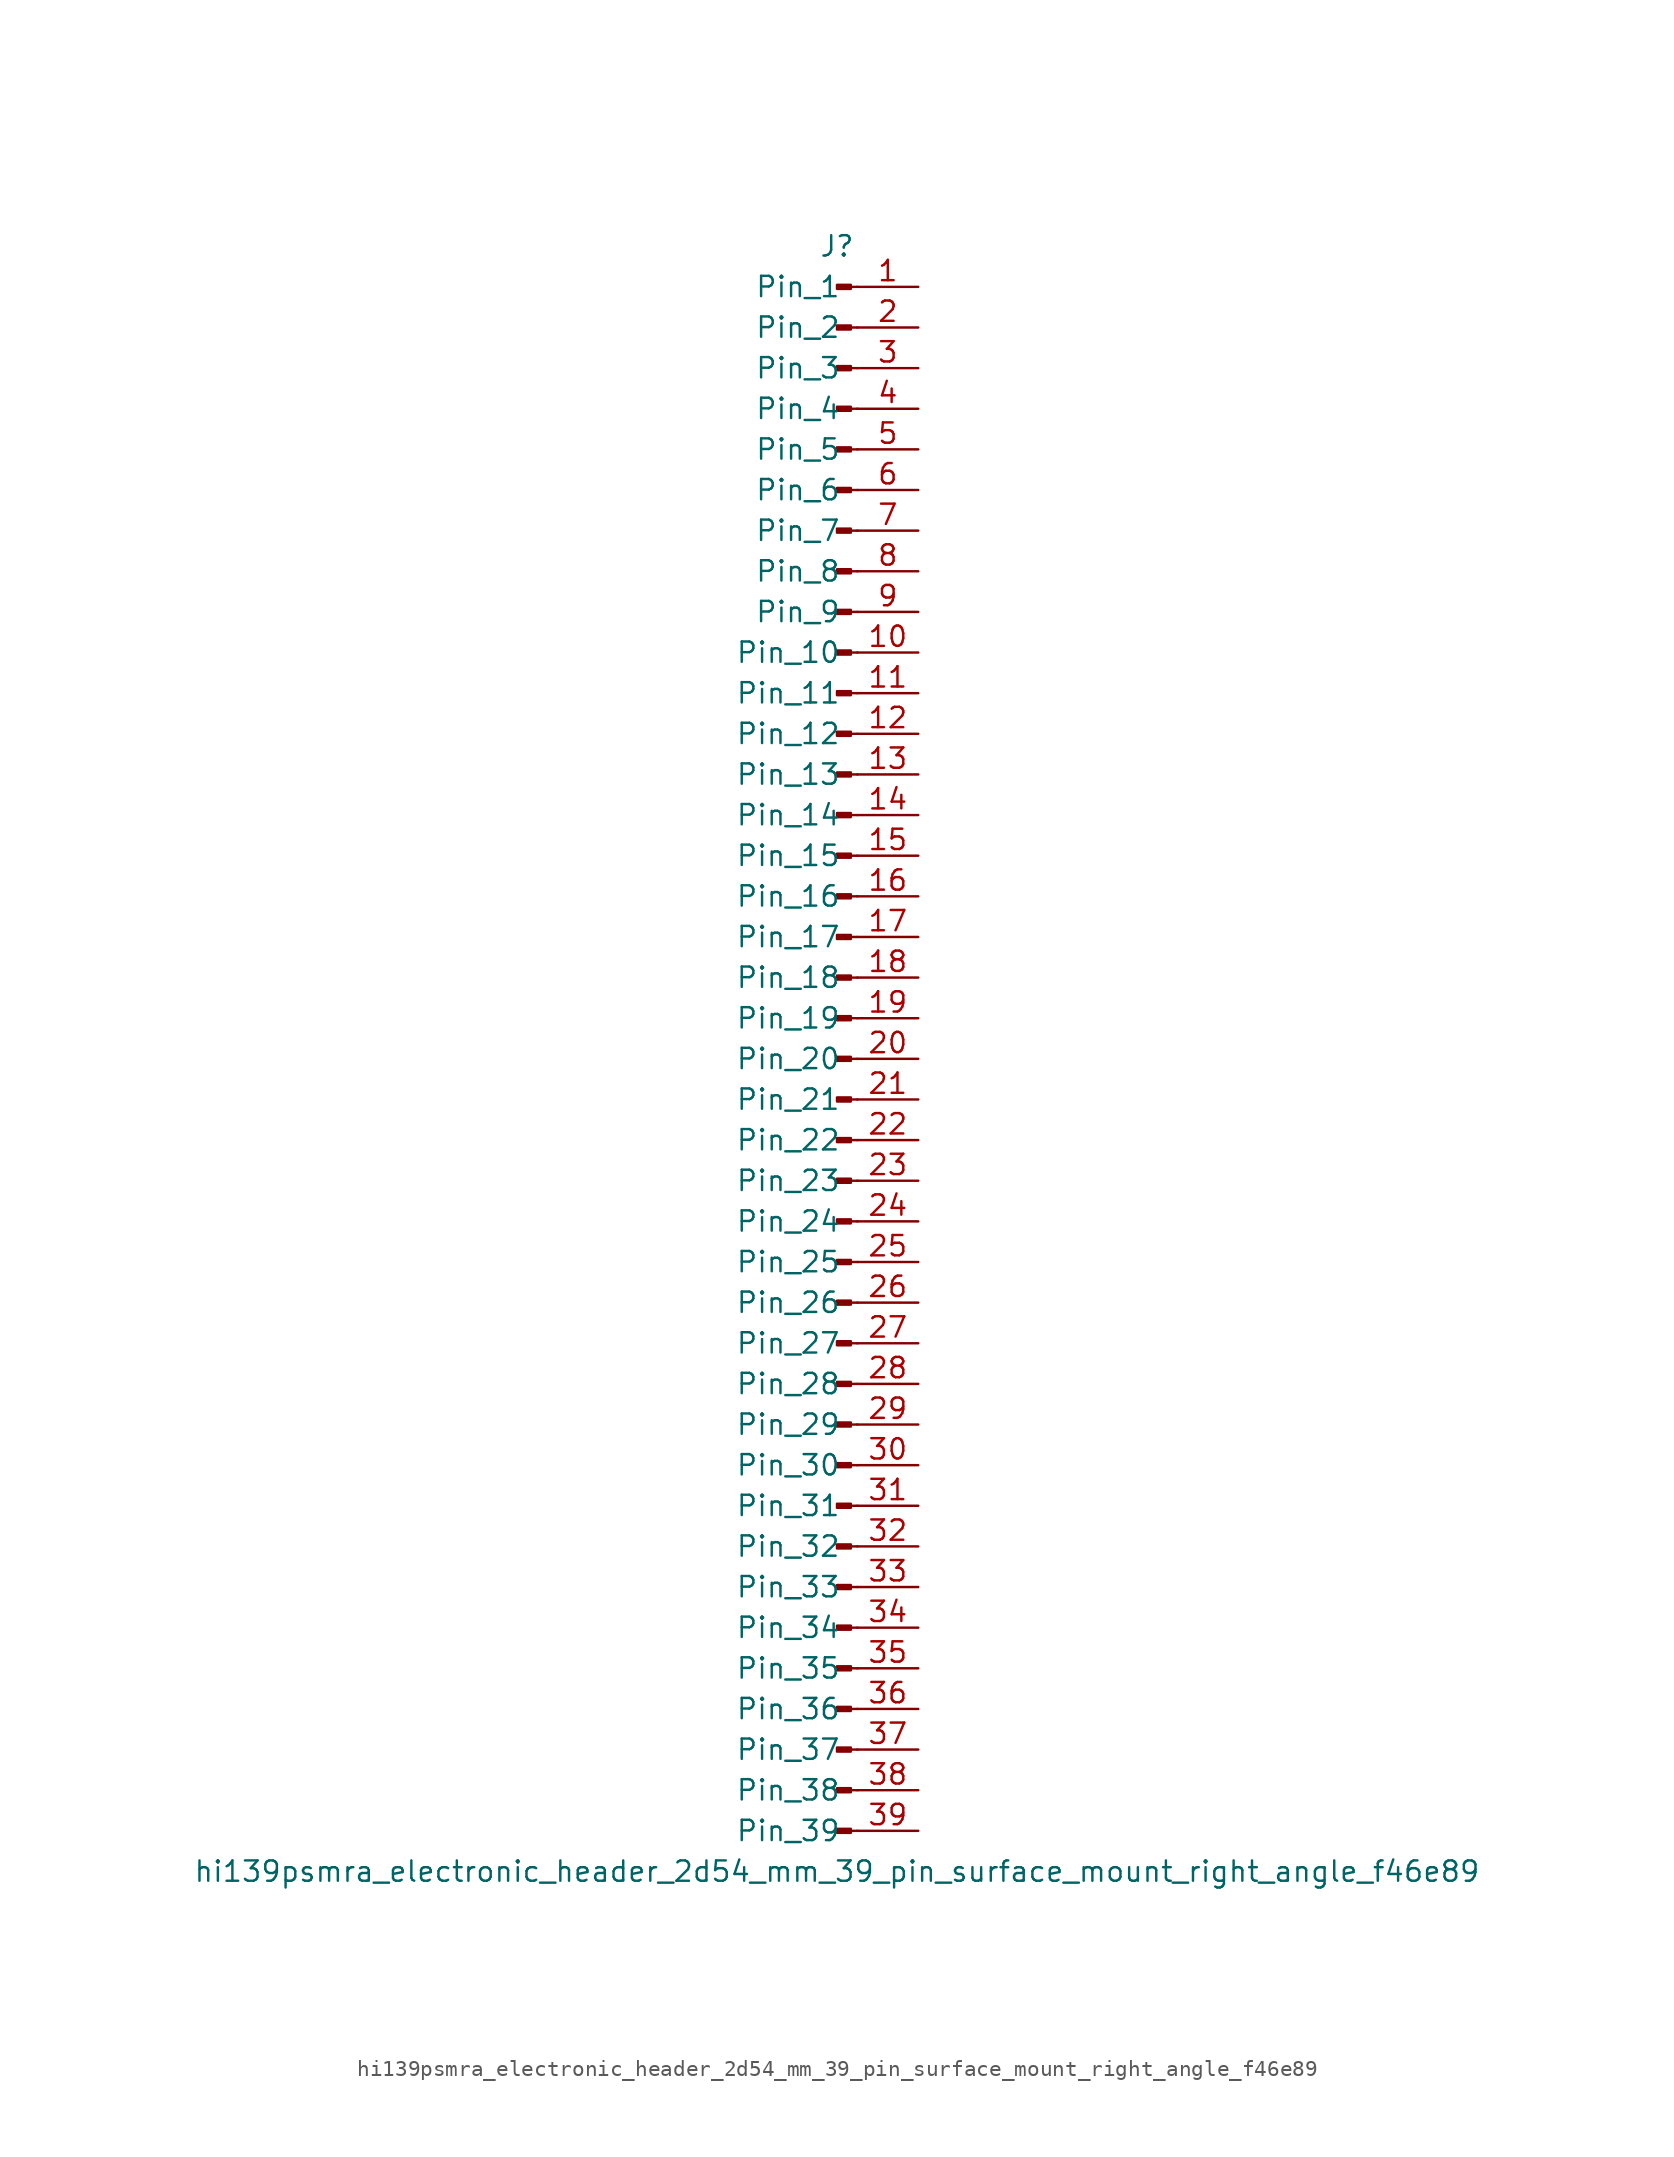
<source format=kicad_sym>
(kicad_symbol_lib
  (version 20220914)
  (generator kicad_symbol_editor)
  (symbol "hi139psmra_electronic_header_2d54_mm_39_pin_surface_mount_right_angle_f46e89"
    (pin_names
      (offset 1.016))
    (property "Reference" "J"
      (at 0 50.8 0)
      (effects (font (size 1.27 1.27))))
    (property "Value" "hi139psmra_electronic_header_2d54_mm_39_pin_surface_mount_right_angle_f46e89"
      (at 0 -50.8 0)
      (effects (font (size 1.27 1.27))))
    (property "ki_locked" ""
      (at 0 0 0)
      (effects (font (size 1.27 1.27))))
    (symbol "hi139psmra_electronic_header_2d54_mm_39_pin_surface_mount_right_angle_f46e89_1_1"
      (polyline (pts (xy 1.27 -48.26) (xy 0.864 -48.26)) (stroke (width 0.152) (type default)) (fill (type none)))
      (polyline (pts (xy 1.27 -45.72) (xy 0.864 -45.72)) (stroke (width 0.152) (type default)) (fill (type none)))
      (polyline (pts (xy 1.27 -43.18) (xy 0.864 -43.18)) (stroke (width 0.152) (type default)) (fill (type none)))
      (polyline (pts (xy 1.27 -40.64) (xy 0.864 -40.64)) (stroke (width 0.152) (type default)) (fill (type none)))
      (polyline (pts (xy 1.27 -38.1) (xy 0.864 -38.1)) (stroke (width 0.152) (type default)) (fill (type none)))
      (polyline (pts (xy 1.27 -35.56) (xy 0.864 -35.56)) (stroke (width 0.152) (type default)) (fill (type none)))
      (polyline (pts (xy 1.27 -33.02) (xy 0.864 -33.02)) (stroke (width 0.152) (type default)) (fill (type none)))
      (polyline (pts (xy 1.27 -30.48) (xy 0.864 -30.48)) (stroke (width 0.152) (type default)) (fill (type none)))
      (polyline (pts (xy 1.27 -27.94) (xy 0.864 -27.94)) (stroke (width 0.152) (type default)) (fill (type none)))
      (polyline (pts (xy 1.27 -25.4) (xy 0.864 -25.4)) (stroke (width 0.152) (type default)) (fill (type none)))
      (polyline (pts (xy 1.27 -22.86) (xy 0.864 -22.86)) (stroke (width 0.152) (type default)) (fill (type none)))
      (polyline (pts (xy 1.27 -20.32) (xy 0.864 -20.32)) (stroke (width 0.152) (type default)) (fill (type none)))
      (polyline (pts (xy 1.27 -17.78) (xy 0.864 -17.78)) (stroke (width 0.152) (type default)) (fill (type none)))
      (polyline (pts (xy 1.27 -15.24) (xy 0.864 -15.24)) (stroke (width 0.152) (type default)) (fill (type none)))
      (polyline (pts (xy 1.27 -12.7) (xy 0.864 -12.7)) (stroke (width 0.152) (type default)) (fill (type none)))
      (polyline (pts (xy 1.27 -10.16) (xy 0.864 -10.16)) (stroke (width 0.152) (type default)) (fill (type none)))
      (polyline (pts (xy 1.27 -7.62) (xy 0.864 -7.62)) (stroke (width 0.152) (type default)) (fill (type none)))
      (polyline (pts (xy 1.27 -5.08) (xy 0.864 -5.08)) (stroke (width 0.152) (type default)) (fill (type none)))
      (polyline (pts (xy 1.27 -2.54) (xy 0.864 -2.54)) (stroke (width 0.152) (type default)) (fill (type none)))
      (polyline (pts (xy 1.27 0) (xy 0.864 0)) (stroke (width 0.152) (type default)) (fill (type none)))
      (polyline (pts (xy 1.27 2.54) (xy 0.864 2.54)) (stroke (width 0.152) (type default)) (fill (type none)))
      (polyline (pts (xy 1.27 5.08) (xy 0.864 5.08)) (stroke (width 0.152) (type default)) (fill (type none)))
      (polyline (pts (xy 1.27 7.62) (xy 0.864 7.62)) (stroke (width 0.152) (type default)) (fill (type none)))
      (polyline (pts (xy 1.27 10.16) (xy 0.864 10.16)) (stroke (width 0.152) (type default)) (fill (type none)))
      (polyline (pts (xy 1.27 12.7) (xy 0.864 12.7)) (stroke (width 0.152) (type default)) (fill (type none)))
      (polyline (pts (xy 1.27 15.24) (xy 0.864 15.24)) (stroke (width 0.152) (type default)) (fill (type none)))
      (polyline (pts (xy 1.27 17.78) (xy 0.864 17.78)) (stroke (width 0.152) (type default)) (fill (type none)))
      (polyline (pts (xy 1.27 20.32) (xy 0.864 20.32)) (stroke (width 0.152) (type default)) (fill (type none)))
      (polyline (pts (xy 1.27 22.86) (xy 0.864 22.86)) (stroke (width 0.152) (type default)) (fill (type none)))
      (polyline (pts (xy 1.27 25.4) (xy 0.864 25.4)) (stroke (width 0.152) (type default)) (fill (type none)))
      (polyline (pts (xy 1.27 27.94) (xy 0.864 27.94)) (stroke (width 0.152) (type default)) (fill (type none)))
      (polyline (pts (xy 1.27 30.48) (xy 0.864 30.48)) (stroke (width 0.152) (type default)) (fill (type none)))
      (polyline (pts (xy 1.27 33.02) (xy 0.864 33.02)) (stroke (width 0.152) (type default)) (fill (type none)))
      (polyline (pts (xy 1.27 35.56) (xy 0.864 35.56)) (stroke (width 0.152) (type default)) (fill (type none)))
      (polyline (pts (xy 1.27 38.1) (xy 0.864 38.1)) (stroke (width 0.152) (type default)) (fill (type none)))
      (polyline (pts (xy 1.27 40.64) (xy 0.864 40.64)) (stroke (width 0.152) (type default)) (fill (type none)))
      (polyline (pts (xy 1.27 43.18) (xy 0.864 43.18)) (stroke (width 0.152) (type default)) (fill (type none)))
      (polyline (pts (xy 1.27 45.72) (xy 0.864 45.72)) (stroke (width 0.152) (type default)) (fill (type none)))
      (polyline (pts (xy 1.27 48.26) (xy 0.864 48.26)) (stroke (width 0.152) (type default)) (fill (type none)))
      (rectangle (start 0.864 -48.133) (end 0 -48.387) (stroke (width 0.152) (type default)) (fill (type outline)))
      (rectangle (start 0.864 -45.593) (end 0 -45.847) (stroke (width 0.152) (type default)) (fill (type outline)))
      (rectangle (start 0.864 -43.053) (end 0 -43.307) (stroke (width 0.152) (type default)) (fill (type outline)))
      (rectangle (start 0.864 -40.513) (end 0 -40.767) (stroke (width 0.152) (type default)) (fill (type outline)))
      (rectangle (start 0.864 -37.973) (end 0 -38.227) (stroke (width 0.152) (type default)) (fill (type outline)))
      (rectangle (start 0.864 -35.433) (end 0 -35.687) (stroke (width 0.152) (type default)) (fill (type outline)))
      (rectangle (start 0.864 -32.893) (end 0 -33.147) (stroke (width 0.152) (type default)) (fill (type outline)))
      (rectangle (start 0.864 -30.353) (end 0 -30.607) (stroke (width 0.152) (type default)) (fill (type outline)))
      (rectangle (start 0.864 -27.813) (end 0 -28.067) (stroke (width 0.152) (type default)) (fill (type outline)))
      (rectangle (start 0.864 -25.273) (end 0 -25.527) (stroke (width 0.152) (type default)) (fill (type outline)))
      (rectangle (start 0.864 -22.733) (end 0 -22.987) (stroke (width 0.152) (type default)) (fill (type outline)))
      (rectangle (start 0.864 -20.193) (end 0 -20.447) (stroke (width 0.152) (type default)) (fill (type outline)))
      (rectangle (start 0.864 -17.653) (end 0 -17.907) (stroke (width 0.152) (type default)) (fill (type outline)))
      (rectangle (start 0.864 -15.113) (end 0 -15.367) (stroke (width 0.152) (type default)) (fill (type outline)))
      (rectangle (start 0.864 -12.573) (end 0 -12.827) (stroke (width 0.152) (type default)) (fill (type outline)))
      (rectangle (start 0.864 -10.033) (end 0 -10.287) (stroke (width 0.152) (type default)) (fill (type outline)))
      (rectangle (start 0.864 -7.493) (end 0 -7.747) (stroke (width 0.152) (type default)) (fill (type outline)))
      (rectangle (start 0.864 -4.953) (end 0 -5.207) (stroke (width 0.152) (type default)) (fill (type outline)))
      (rectangle (start 0.864 -2.413) (end 0 -2.667) (stroke (width 0.152) (type default)) (fill (type outline)))
      (rectangle (start 0.864 0.127) (end 0 -0.127) (stroke (width 0.152) (type default)) (fill (type outline)))
      (rectangle (start 0.864 2.667) (end 0 2.413) (stroke (width 0.152) (type default)) (fill (type outline)))
      (rectangle (start 0.864 5.207) (end 0 4.953) (stroke (width 0.152) (type default)) (fill (type outline)))
      (rectangle (start 0.864 7.747) (end 0 7.493) (stroke (width 0.152) (type default)) (fill (type outline)))
      (rectangle (start 0.864 10.287) (end 0 10.033) (stroke (width 0.152) (type default)) (fill (type outline)))
      (rectangle (start 0.864 12.827) (end 0 12.573) (stroke (width 0.152) (type default)) (fill (type outline)))
      (rectangle (start 0.864 15.367) (end 0 15.113) (stroke (width 0.152) (type default)) (fill (type outline)))
      (rectangle (start 0.864 17.907) (end 0 17.653) (stroke (width 0.152) (type default)) (fill (type outline)))
      (rectangle (start 0.864 20.447) (end 0 20.193) (stroke (width 0.152) (type default)) (fill (type outline)))
      (rectangle (start 0.864 22.987) (end 0 22.733) (stroke (width 0.152) (type default)) (fill (type outline)))
      (rectangle (start 0.864 25.527) (end 0 25.273) (stroke (width 0.152) (type default)) (fill (type outline)))
      (rectangle (start 0.864 28.067) (end 0 27.813) (stroke (width 0.152) (type default)) (fill (type outline)))
      (rectangle (start 0.864 30.607) (end 0 30.353) (stroke (width 0.152) (type default)) (fill (type outline)))
      (rectangle (start 0.864 33.147) (end 0 32.893) (stroke (width 0.152) (type default)) (fill (type outline)))
      (rectangle (start 0.864 35.687) (end 0 35.433) (stroke (width 0.152) (type default)) (fill (type outline)))
      (rectangle (start 0.864 38.227) (end 0 37.973) (stroke (width 0.152) (type default)) (fill (type outline)))
      (rectangle (start 0.864 40.767) (end 0 40.513) (stroke (width 0.152) (type default)) (fill (type outline)))
      (rectangle (start 0.864 43.307) (end 0 43.053) (stroke (width 0.152) (type default)) (fill (type outline)))
      (rectangle (start 0.864 45.847) (end 0 45.593) (stroke (width 0.152) (type default)) (fill (type outline)))
      (rectangle (start 0.864 48.387) (end 0 48.133) (stroke (width 0.152) (type default)) (fill (type outline)))
      (pin passive line (at 5.08 48.26 180) (length 3.81) (name "Pin_1" (effects (font (size 1.27 1.27)))) (number "1" (effects (font (size 1.27 1.27)))))
      (pin passive line (at 5.08 25.4 180) (length 3.81) (name "Pin_10" (effects (font (size 1.27 1.27)))) (number "10" (effects (font (size 1.27 1.27)))))
      (pin passive line (at 5.08 22.86 180) (length 3.81) (name "Pin_11" (effects (font (size 1.27 1.27)))) (number "11" (effects (font (size 1.27 1.27)))))
      (pin passive line (at 5.08 20.32 180) (length 3.81) (name "Pin_12" (effects (font (size 1.27 1.27)))) (number "12" (effects (font (size 1.27 1.27)))))
      (pin passive line (at 5.08 17.78 180) (length 3.81) (name "Pin_13" (effects (font (size 1.27 1.27)))) (number "13" (effects (font (size 1.27 1.27)))))
      (pin passive line (at 5.08 15.24 180) (length 3.81) (name "Pin_14" (effects (font (size 1.27 1.27)))) (number "14" (effects (font (size 1.27 1.27)))))
      (pin passive line (at 5.08 12.7 180) (length 3.81) (name "Pin_15" (effects (font (size 1.27 1.27)))) (number "15" (effects (font (size 1.27 1.27)))))
      (pin passive line (at 5.08 10.16 180) (length 3.81) (name "Pin_16" (effects (font (size 1.27 1.27)))) (number "16" (effects (font (size 1.27 1.27)))))
      (pin passive line (at 5.08 7.62 180) (length 3.81) (name "Pin_17" (effects (font (size 1.27 1.27)))) (number "17" (effects (font (size 1.27 1.27)))))
      (pin passive line (at 5.08 5.08 180) (length 3.81) (name "Pin_18" (effects (font (size 1.27 1.27)))) (number "18" (effects (font (size 1.27 1.27)))))
      (pin passive line (at 5.08 2.54 180) (length 3.81) (name "Pin_19" (effects (font (size 1.27 1.27)))) (number "19" (effects (font (size 1.27 1.27)))))
      (pin passive line (at 5.08 45.72 180) (length 3.81) (name "Pin_2" (effects (font (size 1.27 1.27)))) (number "2" (effects (font (size 1.27 1.27)))))
      (pin passive line (at 5.08 0 180) (length 3.81) (name "Pin_20" (effects (font (size 1.27 1.27)))) (number "20" (effects (font (size 1.27 1.27)))))
      (pin passive line (at 5.08 -2.54 180) (length 3.81) (name "Pin_21" (effects (font (size 1.27 1.27)))) (number "21" (effects (font (size 1.27 1.27)))))
      (pin passive line (at 5.08 -5.08 180) (length 3.81) (name "Pin_22" (effects (font (size 1.27 1.27)))) (number "22" (effects (font (size 1.27 1.27)))))
      (pin passive line (at 5.08 -7.62 180) (length 3.81) (name "Pin_23" (effects (font (size 1.27 1.27)))) (number "23" (effects (font (size 1.27 1.27)))))
      (pin passive line (at 5.08 -10.16 180) (length 3.81) (name "Pin_24" (effects (font (size 1.27 1.27)))) (number "24" (effects (font (size 1.27 1.27)))))
      (pin passive line (at 5.08 -12.7 180) (length 3.81) (name "Pin_25" (effects (font (size 1.27 1.27)))) (number "25" (effects (font (size 1.27 1.27)))))
      (pin passive line (at 5.08 -15.24 180) (length 3.81) (name "Pin_26" (effects (font (size 1.27 1.27)))) (number "26" (effects (font (size 1.27 1.27)))))
      (pin passive line (at 5.08 -17.78 180) (length 3.81) (name "Pin_27" (effects (font (size 1.27 1.27)))) (number "27" (effects (font (size 1.27 1.27)))))
      (pin passive line (at 5.08 -20.32 180) (length 3.81) (name "Pin_28" (effects (font (size 1.27 1.27)))) (number "28" (effects (font (size 1.27 1.27)))))
      (pin passive line (at 5.08 -22.86 180) (length 3.81) (name "Pin_29" (effects (font (size 1.27 1.27)))) (number "29" (effects (font (size 1.27 1.27)))))
      (pin passive line (at 5.08 43.18 180) (length 3.81) (name "Pin_3" (effects (font (size 1.27 1.27)))) (number "3" (effects (font (size 1.27 1.27)))))
      (pin passive line (at 5.08 -25.4 180) (length 3.81) (name "Pin_30" (effects (font (size 1.27 1.27)))) (number "30" (effects (font (size 1.27 1.27)))))
      (pin passive line (at 5.08 -27.94 180) (length 3.81) (name "Pin_31" (effects (font (size 1.27 1.27)))) (number "31" (effects (font (size 1.27 1.27)))))
      (pin passive line (at 5.08 -30.48 180) (length 3.81) (name "Pin_32" (effects (font (size 1.27 1.27)))) (number "32" (effects (font (size 1.27 1.27)))))
      (pin passive line (at 5.08 -33.02 180) (length 3.81) (name "Pin_33" (effects (font (size 1.27 1.27)))) (number "33" (effects (font (size 1.27 1.27)))))
      (pin passive line (at 5.08 -35.56 180) (length 3.81) (name "Pin_34" (effects (font (size 1.27 1.27)))) (number "34" (effects (font (size 1.27 1.27)))))
      (pin passive line (at 5.08 -38.1 180) (length 3.81) (name "Pin_35" (effects (font (size 1.27 1.27)))) (number "35" (effects (font (size 1.27 1.27)))))
      (pin passive line (at 5.08 -40.64 180) (length 3.81) (name "Pin_36" (effects (font (size 1.27 1.27)))) (number "36" (effects (font (size 1.27 1.27)))))
      (pin passive line (at 5.08 -43.18 180) (length 3.81) (name "Pin_37" (effects (font (size 1.27 1.27)))) (number "37" (effects (font (size 1.27 1.27)))))
      (pin passive line (at 5.08 -45.72 180) (length 3.81) (name "Pin_38" (effects (font (size 1.27 1.27)))) (number "38" (effects (font (size 1.27 1.27)))))
      (pin passive line (at 5.08 -48.26 180) (length 3.81) (name "Pin_39" (effects (font (size 1.27 1.27)))) (number "39" (effects (font (size 1.27 1.27)))))
      (pin passive line (at 5.08 40.64 180) (length 3.81) (name "Pin_4" (effects (font (size 1.27 1.27)))) (number "4" (effects (font (size 1.27 1.27)))))
      (pin passive line (at 5.08 38.1 180) (length 3.81) (name "Pin_5" (effects (font (size 1.27 1.27)))) (number "5" (effects (font (size 1.27 1.27)))))
      (pin passive line (at 5.08 35.56 180) (length 3.81) (name "Pin_6" (effects (font (size 1.27 1.27)))) (number "6" (effects (font (size 1.27 1.27)))))
      (pin passive line (at 5.08 33.02 180) (length 3.81) (name "Pin_7" (effects (font (size 1.27 1.27)))) (number "7" (effects (font (size 1.27 1.27)))))
      (pin passive line (at 5.08 30.48 180) (length 3.81) (name "Pin_8" (effects (font (size 1.27 1.27)))) (number "8" (effects (font (size 1.27 1.27)))))
      (pin passive line (at 5.08 27.94 180) (length 3.81) (name "Pin_9" (effects (font (size 1.27 1.27)))) (number "9" (effects (font (size 1.27 1.27))))))))
</source>
